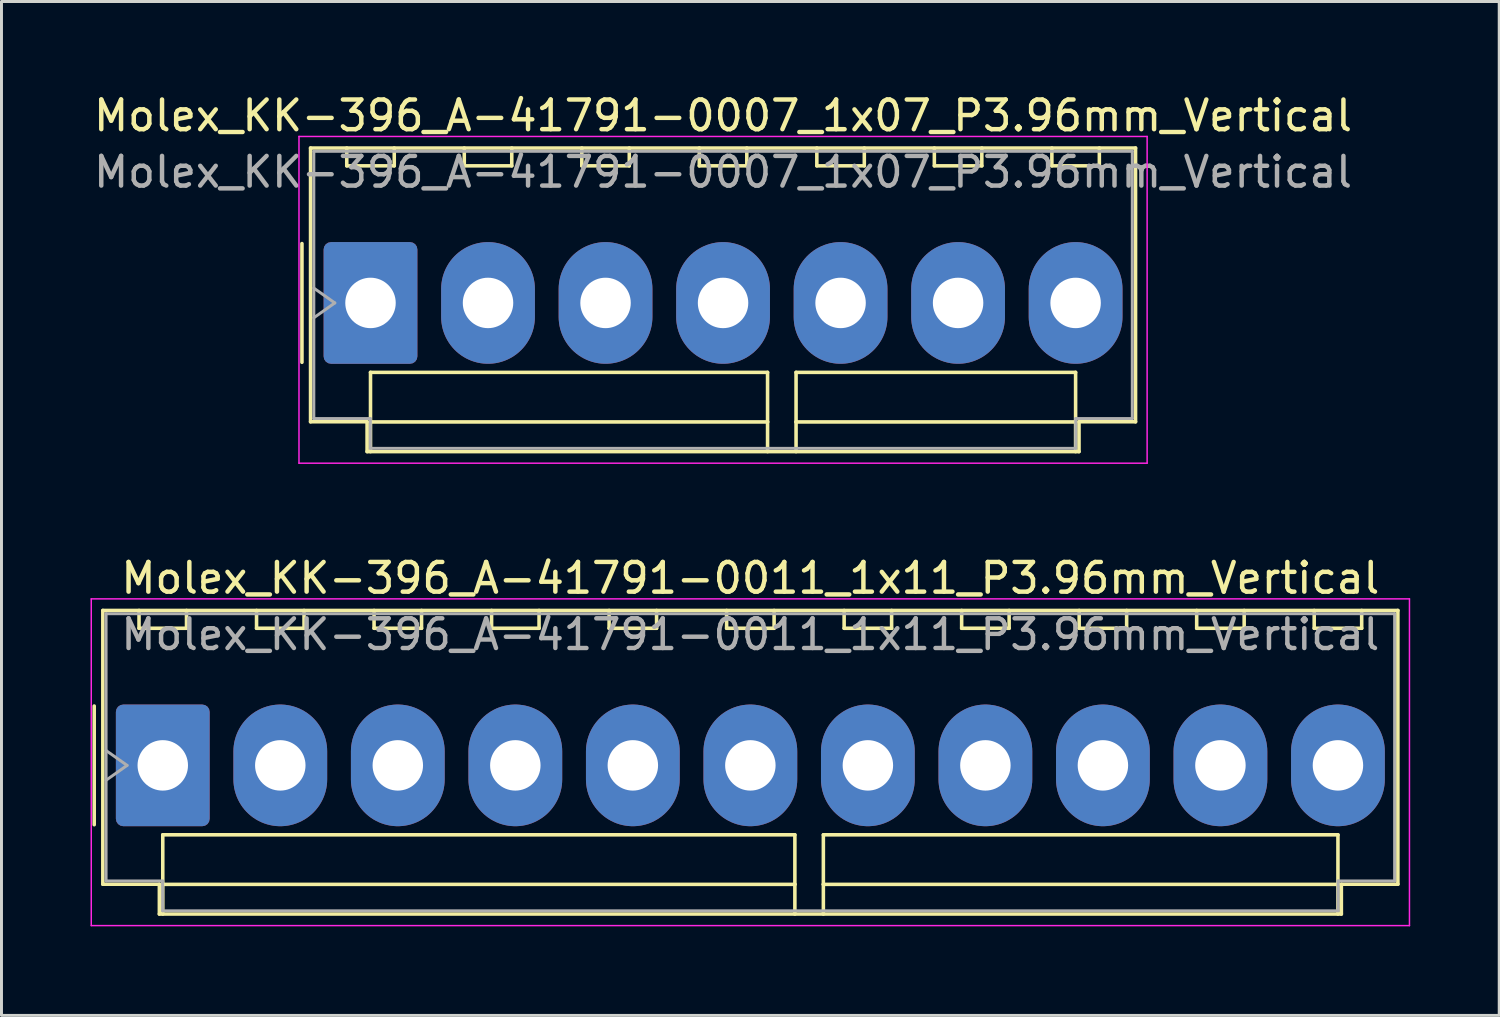
<source format=kicad_pcb>
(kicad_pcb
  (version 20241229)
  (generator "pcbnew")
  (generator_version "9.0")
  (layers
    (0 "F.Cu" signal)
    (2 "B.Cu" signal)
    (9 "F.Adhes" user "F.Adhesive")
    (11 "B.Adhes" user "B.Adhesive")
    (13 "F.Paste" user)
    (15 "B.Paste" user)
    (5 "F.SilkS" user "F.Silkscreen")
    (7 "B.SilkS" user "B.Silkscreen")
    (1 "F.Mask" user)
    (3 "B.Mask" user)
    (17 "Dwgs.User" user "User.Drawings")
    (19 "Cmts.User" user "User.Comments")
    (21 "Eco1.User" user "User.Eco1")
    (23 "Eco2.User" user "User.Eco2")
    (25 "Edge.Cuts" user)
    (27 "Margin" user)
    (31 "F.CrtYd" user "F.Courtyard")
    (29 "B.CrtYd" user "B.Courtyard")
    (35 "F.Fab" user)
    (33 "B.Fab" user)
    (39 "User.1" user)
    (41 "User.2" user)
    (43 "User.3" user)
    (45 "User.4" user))
  (footprint "Molex_KK-396_A-41791-0011_1x11_P3.96mm_Vertical"
    (layer "F.Cu")
    (at 2.435 22.741)
    (property "Reference" "Molex_KK-396_A-41791-0011_1x11_P3.96mm_Vertical" (at 19.8 -6.31 0) (layer "F.SilkS") (effects (font (size 1 1) (thickness 0.15))))
    (attr through_hole)
    (fp_line (start -2.31 -2) (end -2.31 2) (stroke (width 0.12) (type solid)) (layer "F.SilkS"))
    (fp_line (start -2.02 -5.22) (end 41.62 -5.22) (stroke (width 0.12) (type solid)) (layer "F.SilkS"))
    (fp_line (start -2.02 4.005) (end -2.02 -5.22) (stroke (width 0.12) (type solid)) (layer "F.SilkS"))
    (fp_line (start -0.8 -5.22) (end -0.8 -4.62) (stroke (width 0.12) (type solid)) (layer "F.SilkS"))
    (fp_line (start -0.8 -4.62) (end 0.8 -4.62) (stroke (width 0.12) (type solid)) (layer "F.SilkS"))
    (fp_line (start -0.115 4.005) (end -2.02 4.005) (stroke (width 0.12) (type solid)) (layer "F.SilkS"))
    (fp_line (start -0.115 5.01) (end -0.115 4.005) (stroke (width 0.12) (type solid)) (layer "F.SilkS"))
    (fp_line (start 0 2.34) (end 21.3 2.34) (stroke (width 0.12) (type solid)) (layer "F.SilkS"))
    (fp_line (start 0 4.01) (end 0 2.34) (stroke (width 0.12) (type solid)) (layer "F.SilkS"))
    (fp_line (start 0 4.01) (end 21.3 4.01) (stroke (width 0.12) (type solid)) (layer "F.SilkS"))
    (fp_line (start 0 5.01) (end 0 4.01) (stroke (width 0.12) (type solid)) (layer "F.SilkS"))
    (fp_line (start 0.8 -4.62) (end 0.8 -5.22) (stroke (width 0.12) (type solid)) (layer "F.SilkS"))
    (fp_line (start 3.16 -5.22) (end 3.16 -4.62) (stroke (width 0.12) (type solid)) (layer "F.SilkS"))
    (fp_line (start 3.16 -4.62) (end 4.76 -4.62) (stroke (width 0.12) (type solid)) (layer "F.SilkS"))
    (fp_line (start 4.76 -4.62) (end 4.76 -5.22) (stroke (width 0.12) (type solid)) (layer "F.SilkS"))
    (fp_line (start 7.12 -5.22) (end 7.12 -4.62) (stroke (width 0.12) (type solid)) (layer "F.SilkS"))
    (fp_line (start 7.12 -4.62) (end 8.72 -4.62) (stroke (width 0.12) (type solid)) (layer "F.SilkS"))
    (fp_line (start 8.72 -4.62) (end 8.72 -5.22) (stroke (width 0.12) (type solid)) (layer "F.SilkS"))
    (fp_line (start 11.08 -5.22) (end 11.08 -4.62) (stroke (width 0.12) (type solid)) (layer "F.SilkS"))
    (fp_line (start 11.08 -4.62) (end 12.68 -4.62) (stroke (width 0.12) (type solid)) (layer "F.SilkS"))
    (fp_line (start 12.68 -4.62) (end 12.68 -5.22) (stroke (width 0.12) (type solid)) (layer "F.SilkS"))
    (fp_line (start 15.04 -5.22) (end 15.04 -4.62) (stroke (width 0.12) (type solid)) (layer "F.SilkS"))
    (fp_line (start 15.04 -4.62) (end 16.64 -4.62) (stroke (width 0.12) (type solid)) (layer "F.SilkS"))
    (fp_line (start 16.64 -4.62) (end 16.64 -5.22) (stroke (width 0.12) (type solid)) (layer "F.SilkS"))
    (fp_line (start 19 -5.22) (end 19 -4.62) (stroke (width 0.12) (type solid)) (layer "F.SilkS"))
    (fp_line (start 19 -4.62) (end 20.6 -4.62) (stroke (width 0.12) (type solid)) (layer "F.SilkS"))
    (fp_line (start 20.6 -4.62) (end 20.6 -5.22) (stroke (width 0.12) (type solid)) (layer "F.SilkS"))
    (fp_line (start 21.3 2.34) (end 21.3 4.01) (stroke (width 0.12) (type solid)) (layer "F.SilkS"))
    (fp_line (start 21.3 4.01) (end 21.3 5.01) (stroke (width 0.12) (type solid)) (layer "F.SilkS"))
    (fp_line (start 22.26 2.34) (end 39.6 2.34) (stroke (width 0.12) (type solid)) (layer "F.SilkS"))
    (fp_line (start 22.26 4.01) (end 22.26 2.34) (stroke (width 0.12) (type solid)) (layer "F.SilkS"))
    (fp_line (start 22.26 4.01) (end 39.6 4.01) (stroke (width 0.12) (type solid)) (layer "F.SilkS"))
    (fp_line (start 22.26 5.01) (end 22.26 4.01) (stroke (width 0.12) (type solid)) (layer "F.SilkS"))
    (fp_line (start 22.96 -5.22) (end 22.96 -4.62) (stroke (width 0.12) (type solid)) (layer "F.SilkS"))
    (fp_line (start 22.96 -4.62) (end 24.56 -4.62) (stroke (width 0.12) (type solid)) (layer "F.SilkS"))
    (fp_line (start 24.56 -4.62) (end 24.56 -5.22) (stroke (width 0.12) (type solid)) (layer "F.SilkS"))
    (fp_line (start 26.92 -5.22) (end 26.92 -4.62) (stroke (width 0.12) (type solid)) (layer "F.SilkS"))
    (fp_line (start 26.92 -4.62) (end 28.52 -4.62) (stroke (width 0.12) (type solid)) (layer "F.SilkS"))
    (fp_line (start 28.52 -4.62) (end 28.52 -5.22) (stroke (width 0.12) (type solid)) (layer "F.SilkS"))
    (fp_line (start 30.88 -5.22) (end 30.88 -4.62) (stroke (width 0.12) (type solid)) (layer "F.SilkS"))
    (fp_line (start 30.88 -4.62) (end 32.48 -4.62) (stroke (width 0.12) (type solid)) (layer "F.SilkS"))
    (fp_line (start 32.48 -4.62) (end 32.48 -5.22) (stroke (width 0.12) (type solid)) (layer "F.SilkS"))
    (fp_line (start 34.84 -5.22) (end 34.84 -4.62) (stroke (width 0.12) (type solid)) (layer "F.SilkS"))
    (fp_line (start 34.84 -4.62) (end 36.44 -4.62) (stroke (width 0.12) (type solid)) (layer "F.SilkS"))
    (fp_line (start 36.44 -4.62) (end 36.44 -5.22) (stroke (width 0.12) (type solid)) (layer "F.SilkS"))
    (fp_line (start 38.8 -5.22) (end 38.8 -4.62) (stroke (width 0.12) (type solid)) (layer "F.SilkS"))
    (fp_line (start 38.8 -4.62) (end 40.4 -4.62) (stroke (width 0.12) (type solid)) (layer "F.SilkS"))
    (fp_line (start 39.6 2.34) (end 39.6 4.01) (stroke (width 0.12) (type solid)) (layer "F.SilkS"))
    (fp_line (start 39.6 4.01) (end 39.6 5.01) (stroke (width 0.12) (type solid)) (layer "F.SilkS"))
    (fp_line (start 39.715 4.005) (end 39.715 5.01) (stroke (width 0.12) (type solid)) (layer "F.SilkS"))
    (fp_line (start 39.715 5.01) (end -0.115 5.01) (stroke (width 0.12) (type solid)) (layer "F.SilkS"))
    (fp_line (start 40.4 -4.62) (end 40.4 -5.22) (stroke (width 0.12) (type solid)) (layer "F.SilkS"))
    (fp_line (start 41.62 -5.22) (end 41.62 4.005) (stroke (width 0.12) (type solid)) (layer "F.SilkS"))
    (fp_line (start 41.62 4.005) (end 39.715 4.005) (stroke (width 0.12) (type solid)) (layer "F.SilkS"))
    (fp_line (start -2.41 -5.61) (end -2.41 5.4) (stroke (width 0.05) (type solid)) (layer "F.CrtYd"))
    (fp_line (start -2.41 5.4) (end 42.01 5.4) (stroke (width 0.05) (type solid)) (layer "F.CrtYd"))
    (fp_line (start 42.01 -5.61) (end -2.41 -5.61) (stroke (width 0.05) (type solid)) (layer "F.CrtYd"))
    (fp_line (start 42.01 5.4) (end 42.01 -5.61) (stroke (width 0.05) (type solid)) (layer "F.CrtYd"))
    (fp_line (start -1.91 -5.11) (end 41.51 -5.11) (stroke (width 0.1) (type solid)) (layer "F.Fab"))
    (fp_line (start -1.91 -0.5) (end -1.203 0) (stroke (width 0.1) (type solid)) (layer "F.Fab"))
    (fp_line (start -1.91 3.895) (end -1.91 -5.11) (stroke (width 0.1) (type solid)) (layer "F.Fab"))
    (fp_line (start -1.203 0) (end -1.91 0.5) (stroke (width 0.1) (type solid)) (layer "F.Fab"))
    (fp_line (start -0.005 3.895) (end -1.91 3.895) (stroke (width 0.1) (type solid)) (layer "F.Fab"))
    (fp_line (start -0.005 4.9) (end -0.005 3.895) (stroke (width 0.1) (type solid)) (layer "F.Fab"))
    (fp_line (start 39.605 3.895) (end 39.605 4.9) (stroke (width 0.1) (type solid)) (layer "F.Fab"))
    (fp_line (start 39.605 4.9) (end -0.005 4.9) (stroke (width 0.1) (type solid)) (layer "F.Fab"))
    (fp_line (start 41.51 -5.11) (end 41.51 3.895) (stroke (width 0.1) (type solid)) (layer "F.Fab"))
    (fp_line (start 41.51 3.895) (end 39.605 3.895) (stroke (width 0.1) (type solid)) (layer "F.Fab"))
    (fp_text user "${REFERENCE}" (at 19.8 -4.41 0) (layer "F.Fab") (effects (font (size 1 1) (thickness 0.15))))
    (pad "1" thru_hole roundrect (at 0 0) (size 3.16 4.1) (drill 1.7) (layers "*.Cu" "*.Mask") (roundrect_rratio 0.079))
    (pad "2" thru_hole oval (at 3.96 0) (size 3.16 4.1) (drill 1.7) (layers "*.Cu" "*.Mask"))
    (pad "3" thru_hole oval (at 7.92 0) (size 3.16 4.1) (drill 1.7) (layers "*.Cu" "*.Mask"))
    (pad "4" thru_hole oval (at 11.88 0) (size 3.16 4.1) (drill 1.7) (layers "*.Cu" "*.Mask"))
    (pad "5" thru_hole oval (at 15.84 0) (size 3.16 4.1) (drill 1.7) (layers "*.Cu" "*.Mask"))
    (pad "6" thru_hole oval (at 19.8 0) (size 3.16 4.1) (drill 1.7) (layers "*.Cu" "*.Mask"))
    (pad "7" thru_hole oval (at 23.76 0) (size 3.16 4.1) (drill 1.7) (layers "*.Cu" "*.Mask"))
    (pad "8" thru_hole oval (at 27.72 0) (size 3.16 4.1) (drill 1.7) (layers "*.Cu" "*.Mask"))
    (pad "9" thru_hole oval (at 31.68 0) (size 3.16 4.1) (drill 1.7) (layers "*.Cu" "*.Mask"))
    (pad "10" thru_hole oval (at 35.64 0) (size 3.16 4.1) (drill 1.7) (layers "*.Cu" "*.Mask"))
    (pad "11" thru_hole oval (at 39.6 0) (size 3.16 4.1) (drill 1.7) (layers "*.Cu" "*.Mask")))
  (footprint "Molex_KK-396_A-41791-0007_1x07_P3.96mm_Vertical"
    (layer "F.Cu")
    (at 9.435 7.158)
    (property "Reference" "Molex_KK-396_A-41791-0007_1x07_P3.96mm_Vertical" (at 11.88 -6.31 0) (layer "F.SilkS") (effects (font (size 1 1) (thickness 0.15))))
    (attr through_hole)
    (fp_line (start -2.31 -2) (end -2.31 2) (stroke (width 0.12) (type solid)) (layer "F.SilkS"))
    (fp_line (start -2.02 -5.22) (end 25.78 -5.22) (stroke (width 0.12) (type solid)) (layer "F.SilkS"))
    (fp_line (start -2.02 4.005) (end -2.02 -5.22) (stroke (width 0.12) (type solid)) (layer "F.SilkS"))
    (fp_line (start -0.8 -5.22) (end -0.8 -4.62) (stroke (width 0.12) (type solid)) (layer "F.SilkS"))
    (fp_line (start -0.8 -4.62) (end 0.8 -4.62) (stroke (width 0.12) (type solid)) (layer "F.SilkS"))
    (fp_line (start -0.115 4.005) (end -2.02 4.005) (stroke (width 0.12) (type solid)) (layer "F.SilkS"))
    (fp_line (start -0.115 5.01) (end -0.115 4.005) (stroke (width 0.12) (type solid)) (layer "F.SilkS"))
    (fp_line (start 0 2.34) (end 13.38 2.34) (stroke (width 0.12) (type solid)) (layer "F.SilkS"))
    (fp_line (start 0 4.01) (end 0 2.34) (stroke (width 0.12) (type solid)) (layer "F.SilkS"))
    (fp_line (start 0 4.01) (end 13.38 4.01) (stroke (width 0.12) (type solid)) (layer "F.SilkS"))
    (fp_line (start 0 5.01) (end 0 4.01) (stroke (width 0.12) (type solid)) (layer "F.SilkS"))
    (fp_line (start 0.8 -4.62) (end 0.8 -5.22) (stroke (width 0.12) (type solid)) (layer "F.SilkS"))
    (fp_line (start 3.16 -5.22) (end 3.16 -4.62) (stroke (width 0.12) (type solid)) (layer "F.SilkS"))
    (fp_line (start 3.16 -4.62) (end 4.76 -4.62) (stroke (width 0.12) (type solid)) (layer "F.SilkS"))
    (fp_line (start 4.76 -4.62) (end 4.76 -5.22) (stroke (width 0.12) (type solid)) (layer "F.SilkS"))
    (fp_line (start 7.12 -5.22) (end 7.12 -4.62) (stroke (width 0.12) (type solid)) (layer "F.SilkS"))
    (fp_line (start 7.12 -4.62) (end 8.72 -4.62) (stroke (width 0.12) (type solid)) (layer "F.SilkS"))
    (fp_line (start 8.72 -4.62) (end 8.72 -5.22) (stroke (width 0.12) (type solid)) (layer "F.SilkS"))
    (fp_line (start 11.08 -5.22) (end 11.08 -4.62) (stroke (width 0.12) (type solid)) (layer "F.SilkS"))
    (fp_line (start 11.08 -4.62) (end 12.68 -4.62) (stroke (width 0.12) (type solid)) (layer "F.SilkS"))
    (fp_line (start 12.68 -4.62) (end 12.68 -5.22) (stroke (width 0.12) (type solid)) (layer "F.SilkS"))
    (fp_line (start 13.38 2.34) (end 13.38 4.01) (stroke (width 0.12) (type solid)) (layer "F.SilkS"))
    (fp_line (start 13.38 4.01) (end 13.38 5.01) (stroke (width 0.12) (type solid)) (layer "F.SilkS"))
    (fp_line (start 14.34 2.34) (end 23.76 2.34) (stroke (width 0.12) (type solid)) (layer "F.SilkS"))
    (fp_line (start 14.34 4.01) (end 14.34 2.34) (stroke (width 0.12) (type solid)) (layer "F.SilkS"))
    (fp_line (start 14.34 4.01) (end 23.76 4.01) (stroke (width 0.12) (type solid)) (layer "F.SilkS"))
    (fp_line (start 14.34 5.01) (end 14.34 4.01) (stroke (width 0.12) (type solid)) (layer "F.SilkS"))
    (fp_line (start 15.04 -5.22) (end 15.04 -4.62) (stroke (width 0.12) (type solid)) (layer "F.SilkS"))
    (fp_line (start 15.04 -4.62) (end 16.64 -4.62) (stroke (width 0.12) (type solid)) (layer "F.SilkS"))
    (fp_line (start 16.64 -4.62) (end 16.64 -5.22) (stroke (width 0.12) (type solid)) (layer "F.SilkS"))
    (fp_line (start 19 -5.22) (end 19 -4.62) (stroke (width 0.12) (type solid)) (layer "F.SilkS"))
    (fp_line (start 19 -4.62) (end 20.6 -4.62) (stroke (width 0.12) (type solid)) (layer "F.SilkS"))
    (fp_line (start 20.6 -4.62) (end 20.6 -5.22) (stroke (width 0.12) (type solid)) (layer "F.SilkS"))
    (fp_line (start 22.96 -5.22) (end 22.96 -4.62) (stroke (width 0.12) (type solid)) (layer "F.SilkS"))
    (fp_line (start 22.96 -4.62) (end 24.56 -4.62) (stroke (width 0.12) (type solid)) (layer "F.SilkS"))
    (fp_line (start 23.76 2.34) (end 23.76 4.01) (stroke (width 0.12) (type solid)) (layer "F.SilkS"))
    (fp_line (start 23.76 4.01) (end 23.76 5.01) (stroke (width 0.12) (type solid)) (layer "F.SilkS"))
    (fp_line (start 23.875 4.005) (end 23.875 5.01) (stroke (width 0.12) (type solid)) (layer "F.SilkS"))
    (fp_line (start 23.875 5.01) (end -0.115 5.01) (stroke (width 0.12) (type solid)) (layer "F.SilkS"))
    (fp_line (start 24.56 -4.62) (end 24.56 -5.22) (stroke (width 0.12) (type solid)) (layer "F.SilkS"))
    (fp_line (start 25.78 -5.22) (end 25.78 4.005) (stroke (width 0.12) (type solid)) (layer "F.SilkS"))
    (fp_line (start 25.78 4.005) (end 23.875 4.005) (stroke (width 0.12) (type solid)) (layer "F.SilkS"))
    (fp_line (start -2.41 -5.61) (end -2.41 5.4) (stroke (width 0.05) (type solid)) (layer "F.CrtYd"))
    (fp_line (start -2.41 5.4) (end 26.17 5.4) (stroke (width 0.05) (type solid)) (layer "F.CrtYd"))
    (fp_line (start 26.17 -5.61) (end -2.41 -5.61) (stroke (width 0.05) (type solid)) (layer "F.CrtYd"))
    (fp_line (start 26.17 5.4) (end 26.17 -5.61) (stroke (width 0.05) (type solid)) (layer "F.CrtYd"))
    (fp_line (start -1.91 -5.11) (end 25.67 -5.11) (stroke (width 0.1) (type solid)) (layer "F.Fab"))
    (fp_line (start -1.91 -0.5) (end -1.203 0) (stroke (width 0.1) (type solid)) (layer "F.Fab"))
    (fp_line (start -1.91 3.895) (end -1.91 -5.11) (stroke (width 0.1) (type solid)) (layer "F.Fab"))
    (fp_line (start -1.203 0) (end -1.91 0.5) (stroke (width 0.1) (type solid)) (layer "F.Fab"))
    (fp_line (start -0.005 3.895) (end -1.91 3.895) (stroke (width 0.1) (type solid)) (layer "F.Fab"))
    (fp_line (start -0.005 4.9) (end -0.005 3.895) (stroke (width 0.1) (type solid)) (layer "F.Fab"))
    (fp_line (start 23.765 3.895) (end 23.765 4.9) (stroke (width 0.1) (type solid)) (layer "F.Fab"))
    (fp_line (start 23.765 4.9) (end -0.005 4.9) (stroke (width 0.1) (type solid)) (layer "F.Fab"))
    (fp_line (start 25.67 -5.11) (end 25.67 3.895) (stroke (width 0.1) (type solid)) (layer "F.Fab"))
    (fp_line (start 25.67 3.895) (end 23.765 3.895) (stroke (width 0.1) (type solid)) (layer "F.Fab"))
    (fp_text user "${REFERENCE}" (at 11.88 -4.41 0) (layer "F.Fab") (effects (font (size 1 1) (thickness 0.15))))
    (pad "1" thru_hole roundrect (at 0 0) (size 3.16 4.1) (drill 1.7) (layers "*.Cu" "*.Mask") (roundrect_rratio 0.079))
    (pad "2" thru_hole oval (at 3.96 0) (size 3.16 4.1) (drill 1.7) (layers "*.Cu" "*.Mask"))
    (pad "3" thru_hole oval (at 7.92 0) (size 3.16 4.1) (drill 1.7) (layers "*.Cu" "*.Mask"))
    (pad "4" thru_hole oval (at 11.88 0) (size 3.16 4.1) (drill 1.7) (layers "*.Cu" "*.Mask"))
    (pad "5" thru_hole oval (at 15.84 0) (size 3.16 4.1) (drill 1.7) (layers "*.Cu" "*.Mask"))
    (pad "6" thru_hole oval (at 19.8 0) (size 3.16 4.1) (drill 1.7) (layers "*.Cu" "*.Mask"))
    (pad "7" thru_hole oval (at 23.76 0) (size 3.16 4.1) (drill 1.7) (layers "*.Cu" "*.Mask")))
  (gr_rect
    (start -3 -3)
    (end 47.47 31.166)
    (stroke (width 0.1) (type default))
    (fill no)
    (layer "Edge.Cuts")))
</source>
